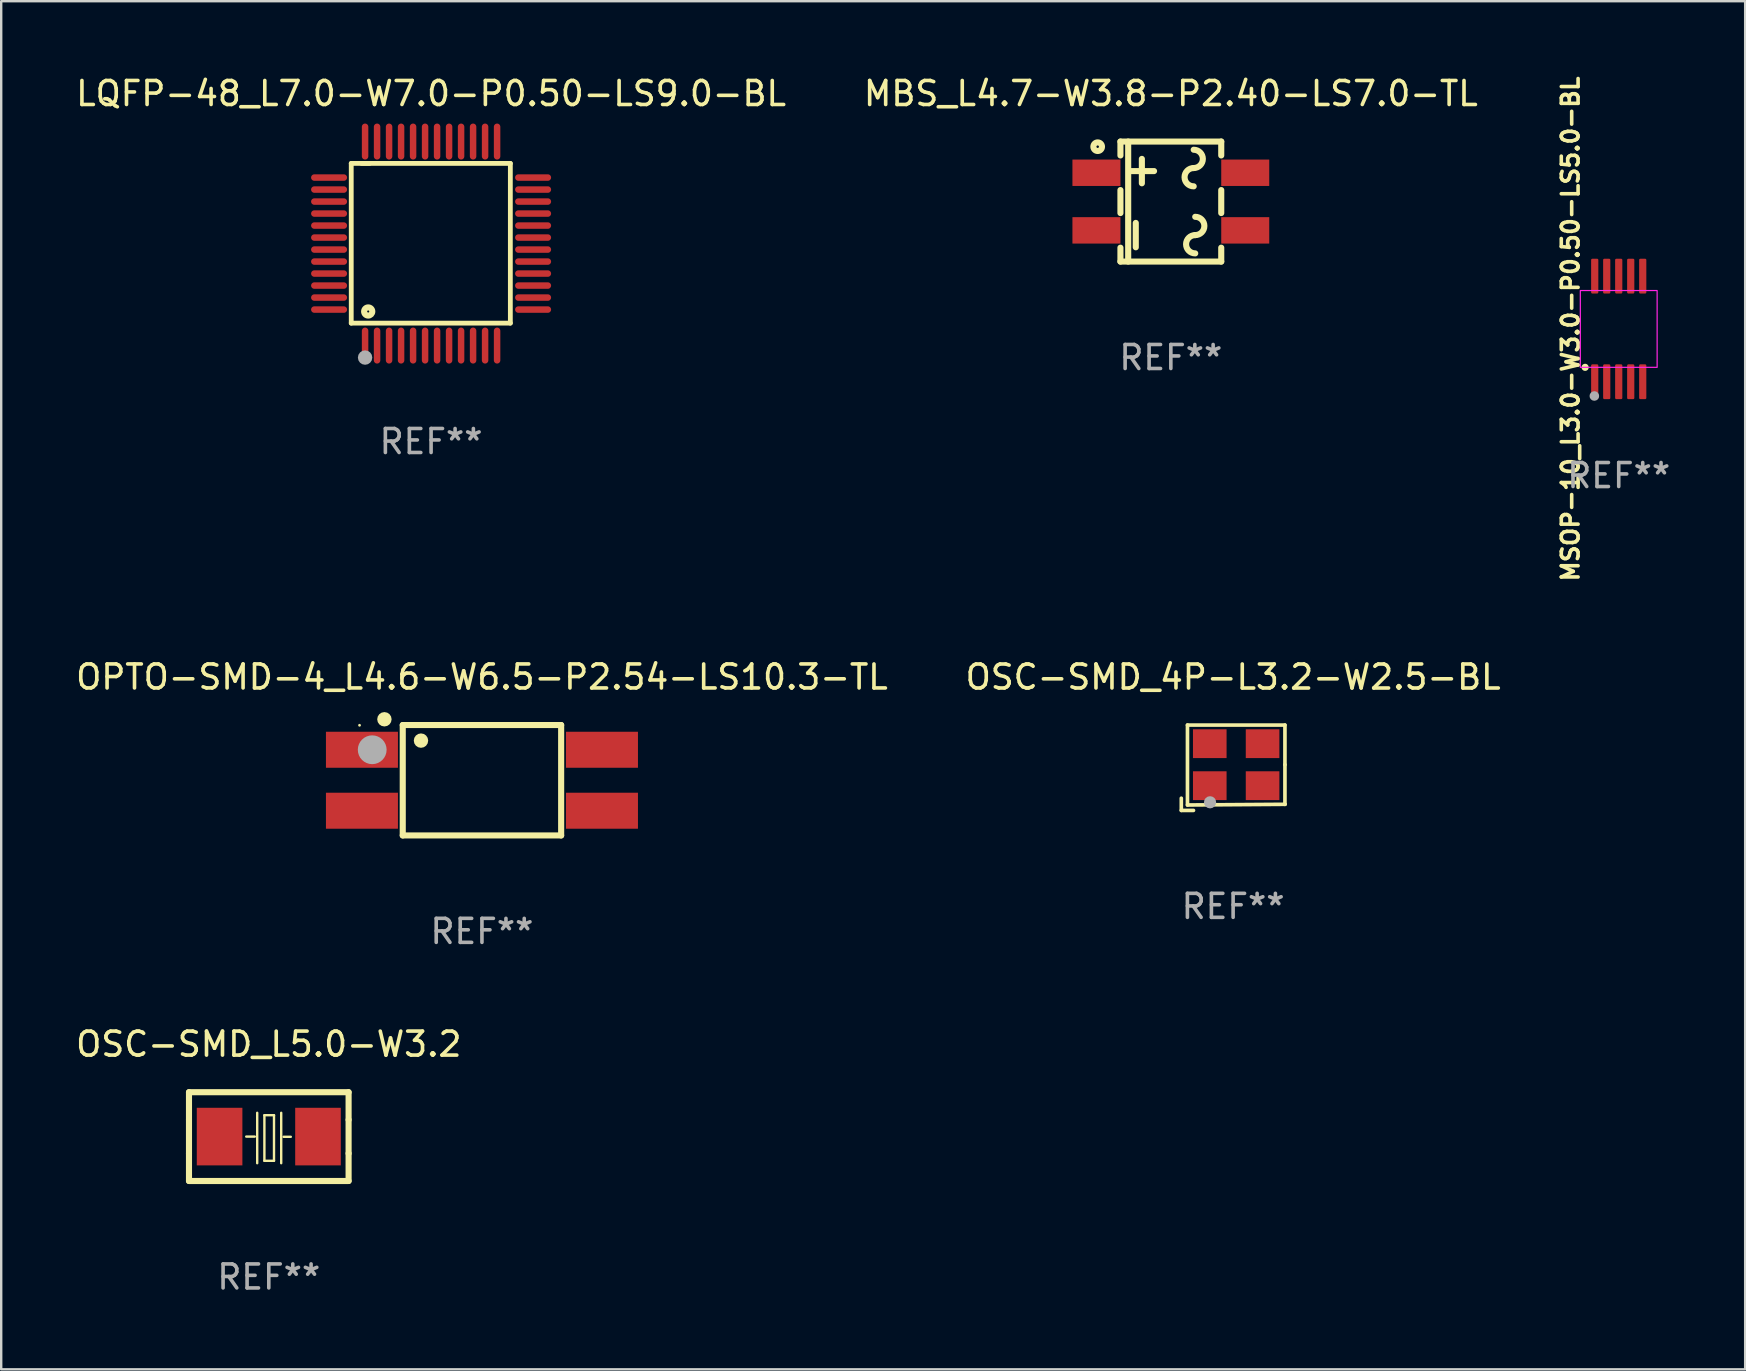
<source format=kicad_pcb>
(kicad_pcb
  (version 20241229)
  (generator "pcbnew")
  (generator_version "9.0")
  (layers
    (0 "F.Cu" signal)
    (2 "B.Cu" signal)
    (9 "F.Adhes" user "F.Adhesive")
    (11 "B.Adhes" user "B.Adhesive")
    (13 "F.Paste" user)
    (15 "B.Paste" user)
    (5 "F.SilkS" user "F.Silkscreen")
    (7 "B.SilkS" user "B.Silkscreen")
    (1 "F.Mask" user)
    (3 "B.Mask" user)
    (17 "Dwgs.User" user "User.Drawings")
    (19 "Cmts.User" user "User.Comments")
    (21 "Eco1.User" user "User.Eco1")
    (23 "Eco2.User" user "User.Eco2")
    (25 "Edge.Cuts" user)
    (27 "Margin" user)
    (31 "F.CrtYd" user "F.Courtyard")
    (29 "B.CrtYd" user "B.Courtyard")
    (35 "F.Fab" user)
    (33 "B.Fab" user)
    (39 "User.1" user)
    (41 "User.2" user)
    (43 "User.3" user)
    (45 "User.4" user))
  (footprint "MSOP-10_L3.0-W3.0-P0.50-LS5.0-BL"
    (layer "F.Cu")
    (at 64.393 10.655)
    (property "Reference" "MSOP-10_L3.0-W3.0-P0.50-LS5.0-BL" (at -1.6 0 90) (layer "F.SilkS") (effects (font (size 0.7 0.7) (thickness 0.15)) (justify bottom)))
    (attr smd)
    (fp_circle (center -1.4 1.6) (end -1.25 1.6) (stroke (width 0) (type solid)) (fill yes) (layer "F.SilkS"))
    (fp_rect (start -1.6 -1.6) (end 1.6 1.6) (stroke (width 0.05) (type default)) (fill no) (layer "F.CrtYd"))
    (fp_circle (center -1.016 2.794) (end -0.916 2.794) (stroke (width 0.2) (type solid)) (fill no) (layer "F.Fab"))
    (fp_text user "REF**" (at 0 6.11 0) (layer "F.Fab") (effects (font (size 1 1) (thickness 0.15))))
    (pad "1" smd roundrect (at -1 2.2) (size 0.3 1.45) (layers "F.Cu" "F.Mask" "F.Paste") (roundrect_rratio 0.167))
    (pad "2" smd roundrect (at -0.5 2.2) (size 0.3 1.45) (layers "F.Cu" "F.Mask" "F.Paste") (roundrect_rratio 0.167))
    (pad "3" smd roundrect (at 0 2.2) (size 0.3 1.45) (layers "F.Cu" "F.Mask" "F.Paste") (roundrect_rratio 0.167))
    (pad "4" smd roundrect (at 0.5 2.2) (size 0.3 1.45) (layers "F.Cu" "F.Mask" "F.Paste") (roundrect_rratio 0.167))
    (pad "5" smd roundrect (at 1 2.2) (size 0.3 1.45) (layers "F.Cu" "F.Mask" "F.Paste") (roundrect_rratio 0.167))
    (pad "6" smd roundrect (at 1 -2.2) (size 0.3 1.45) (layers "F.Cu" "F.Mask" "F.Paste") (roundrect_rratio 0.167))
    (pad "7" smd roundrect (at 0.5 -2.2) (size 0.3 1.45) (layers "F.Cu" "F.Mask" "F.Paste") (roundrect_rratio 0.167))
    (pad "8" smd roundrect (at 0 -2.2) (size 0.3 1.45) (layers "F.Cu" "F.Mask" "F.Paste") (roundrect_rratio 0.167))
    (pad "9" smd roundrect (at -0.5 -2.2) (size 0.3 1.45) (layers "F.Cu" "F.Mask" "F.Paste") (roundrect_rratio 0.167))
    (pad "10" smd roundrect (at -1 -2.2) (size 0.3 1.45) (layers "F.Cu" "F.Mask" "F.Paste") (roundrect_rratio 0.167)))
  (footprint "LQFP-48_L7.0-W7.0-P0.50-LS9.0-BL"
    (layer "F.Cu")
    (at 14.911 7.098)
    (property "Reference" "LQFP-48_L7.0-W7.0-P0.50-LS9.0-BL" (at 0 -6.25 0) (layer "F.SilkS") (effects (font (size 1 1) (thickness 0.15))))
    (attr through_hole)
    (fp_line (start -3.327 -3.34) (end -2.565 -3.34) (stroke (width 0.2) (type solid)) (layer "F.SilkS"))
    (fp_line (start -3.327 3.315) (end -3.327 -3.34) (stroke (width 0.2) (type solid)) (layer "F.SilkS"))
    (fp_line (start -2.896 -3.34) (end 3.302 -3.34) (stroke (width 0.2) (type solid)) (layer "F.SilkS"))
    (fp_line (start 3.302 -3.34) (end 3.302 3.315) (stroke (width 0.2) (type solid)) (layer "F.SilkS"))
    (fp_line (start 3.302 3.315) (end -3.327 3.315) (stroke (width 0.2) (type solid)) (layer "F.SilkS"))
    (fp_circle (center -2.62 2.83) (end -2.45 2.83) (stroke (width 0.254) (type solid)) (fill no) (layer "F.SilkS"))
    (fp_circle (center -2.75 4.75) (end -2.6 4.75) (stroke (width 0.3) (type solid)) (fill no) (layer "F.Fab"))
    (fp_text user "REF**" (at 0 8.25 0) (layer "F.Fab") (effects (font (size 1 1) (thickness 0.15))))
    (pad "1" smd oval (at -2.75 4.25) (size 0.27 1.5) (layers "F.Cu" "F.Mask" "F.Paste"))
    (pad "2" smd oval (at -2.25 4.25) (size 0.27 1.5) (layers "F.Cu" "F.Mask" "F.Paste"))
    (pad "3" smd oval (at -1.75 4.25) (size 0.27 1.5) (layers "F.Cu" "F.Mask" "F.Paste"))
    (pad "4" smd oval (at -1.25 4.25) (size 0.27 1.5) (layers "F.Cu" "F.Mask" "F.Paste"))
    (pad "5" smd oval (at -0.75 4.25) (size 0.27 1.5) (layers "F.Cu" "F.Mask" "F.Paste"))
    (pad "6" smd oval (at -0.25 4.25) (size 0.27 1.5) (layers "F.Cu" "F.Mask" "F.Paste"))
    (pad "7" smd oval (at 0.25 4.25) (size 0.27 1.5) (layers "F.Cu" "F.Mask" "F.Paste"))
    (pad "8" smd oval (at 0.75 4.25) (size 0.27 1.5) (layers "F.Cu" "F.Mask" "F.Paste"))
    (pad "9" smd oval (at 1.25 4.25) (size 0.27 1.5) (layers "F.Cu" "F.Mask" "F.Paste"))
    (pad "10" smd oval (at 1.75 4.25) (size 0.27 1.5) (layers "F.Cu" "F.Mask" "F.Paste"))
    (pad "11" smd oval (at 2.25 4.25) (size 0.27 1.5) (layers "F.Cu" "F.Mask" "F.Paste"))
    (pad "12" smd oval (at 2.75 4.25) (size 0.27 1.5) (layers "F.Cu" "F.Mask" "F.Paste"))
    (pad "13" smd oval (at 4.25 2.75) (size 1.5 0.27) (layers "F.Cu" "F.Mask" "F.Paste"))
    (pad "14" smd oval (at 4.25 2.25) (size 1.5 0.27) (layers "F.Cu" "F.Mask" "F.Paste"))
    (pad "15" smd oval (at 4.25 1.75) (size 1.5 0.27) (layers "F.Cu" "F.Mask" "F.Paste"))
    (pad "16" smd oval (at 4.25 1.25) (size 1.5 0.27) (layers "F.Cu" "F.Mask" "F.Paste"))
    (pad "17" smd oval (at 4.25 0.75) (size 1.5 0.27) (layers "F.Cu" "F.Mask" "F.Paste"))
    (pad "18" smd oval (at 4.25 0.25) (size 1.5 0.27) (layers "F.Cu" "F.Mask" "F.Paste"))
    (pad "19" smd oval (at 4.25 -0.25) (size 1.5 0.27) (layers "F.Cu" "F.Mask" "F.Paste"))
    (pad "20" smd oval (at 4.25 -0.75) (size 1.5 0.27) (layers "F.Cu" "F.Mask" "F.Paste"))
    (pad "21" smd oval (at 4.25 -1.25) (size 1.5 0.27) (layers "F.Cu" "F.Mask" "F.Paste"))
    (pad "22" smd oval (at 4.25 -1.75) (size 1.5 0.27) (layers "F.Cu" "F.Mask" "F.Paste"))
    (pad "23" smd oval (at 4.25 -2.25) (size 1.5 0.27) (layers "F.Cu" "F.Mask" "F.Paste"))
    (pad "24" smd oval (at 4.25 -2.75) (size 1.5 0.27) (layers "F.Cu" "F.Mask" "F.Paste"))
    (pad "25" smd oval (at 2.75 -4.25) (size 0.27 1.5) (layers "F.Cu" "F.Mask" "F.Paste"))
    (pad "26" smd oval (at 2.25 -4.25) (size 0.27 1.5) (layers "F.Cu" "F.Mask" "F.Paste"))
    (pad "27" smd oval (at 1.75 -4.25) (size 0.27 1.5) (layers "F.Cu" "F.Mask" "F.Paste"))
    (pad "28" smd oval (at 1.25 -4.25) (size 0.27 1.5) (layers "F.Cu" "F.Mask" "F.Paste"))
    (pad "29" smd oval (at 0.75 -4.25) (size 0.27 1.5) (layers "F.Cu" "F.Mask" "F.Paste"))
    (pad "30" smd oval (at 0.25 -4.25) (size 0.27 1.5) (layers "F.Cu" "F.Mask" "F.Paste"))
    (pad "31" smd oval (at -0.25 -4.25) (size 0.27 1.5) (layers "F.Cu" "F.Mask" "F.Paste"))
    (pad "32" smd oval (at -0.75 -4.25) (size 0.27 1.5) (layers "F.Cu" "F.Mask" "F.Paste"))
    (pad "33" smd oval (at -1.25 -4.25) (size 0.27 1.5) (layers "F.Cu" "F.Mask" "F.Paste"))
    (pad "34" smd oval (at -1.75 -4.25) (size 0.27 1.5) (layers "F.Cu" "F.Mask" "F.Paste"))
    (pad "35" smd oval (at -2.25 -4.25) (size 0.27 1.5) (layers "F.Cu" "F.Mask" "F.Paste"))
    (pad "36" smd oval (at -2.75 -4.25) (size 0.27 1.5) (layers "F.Cu" "F.Mask" "F.Paste"))
    (pad "37" smd oval (at -4.25 -2.75) (size 1.5 0.27) (layers "F.Cu" "F.Mask" "F.Paste"))
    (pad "38" smd oval (at -4.25 -2.25) (size 1.5 0.27) (layers "F.Cu" "F.Mask" "F.Paste"))
    (pad "39" smd oval (at -4.25 -1.75) (size 1.5 0.27) (layers "F.Cu" "F.Mask" "F.Paste"))
    (pad "40" smd oval (at -4.25 -1.25) (size 1.5 0.27) (layers "F.Cu" "F.Mask" "F.Paste"))
    (pad "41" smd oval (at -4.25 -0.75) (size 1.5 0.27) (layers "F.Cu" "F.Mask" "F.Paste"))
    (pad "42" smd oval (at -4.25 -0.25) (size 1.5 0.27) (layers "F.Cu" "F.Mask" "F.Paste"))
    (pad "43" smd oval (at -4.25 0.25) (size 1.5 0.27) (layers "F.Cu" "F.Mask" "F.Paste"))
    (pad "44" smd oval (at -4.25 0.75) (size 1.5 0.27) (layers "F.Cu" "F.Mask" "F.Paste"))
    (pad "45" smd oval (at -4.25 1.25) (size 1.5 0.27) (layers "F.Cu" "F.Mask" "F.Paste"))
    (pad "46" smd oval (at -4.25 1.75) (size 1.5 0.27) (layers "F.Cu" "F.Mask" "F.Paste"))
    (pad "47" smd oval (at -4.25 2.25) (size 1.5 0.27) (layers "F.Cu" "F.Mask" "F.Paste"))
    (pad "48" smd oval (at -4.25 2.75) (size 1.5 0.27) (layers "F.Cu" "F.Mask" "F.Paste")))
  (footprint "MBS_L4.7-W3.8-P2.40-LS7.0-TL"
    (layer "F.Cu")
    (at 45.732 5.348)
    (property "Reference" "MBS_L4.7-W3.8-P2.40-LS7.0-TL" (at 0 -4.5 0) (layer "F.SilkS") (effects (font (size 1 1) (thickness 0.15))))
    (attr through_hole)
    (fp_line (start -2.1 -2.5) (end -2.1 -1.921) (stroke (width 0.254) (type solid)) (layer "F.SilkS"))
    (fp_line (start -2.1 -0.479) (end -2.1 0.479) (stroke (width 0.254) (type solid)) (layer "F.SilkS"))
    (fp_line (start -2.1 1.921) (end -2.1 2.5) (stroke (width 0.254) (type solid)) (layer "F.SilkS"))
    (fp_line (start -1.777 -2.5) (end -1.777 2.5) (stroke (width 0.254) (type solid)) (layer "F.SilkS"))
    (fp_line (start -1.715 -1.27) (end -0.699 -1.27) (stroke (width 0.254) (type solid)) (layer "F.SilkS"))
    (fp_line (start -1.461 1.905) (end -1.461 0.889) (stroke (width 0.254) (type solid)) (layer "F.SilkS"))
    (fp_line (start -1.207 -0.762) (end -1.207 -1.778) (stroke (width 0.254) (type solid)) (layer "F.SilkS"))
    (fp_line (start 2.1 -2.5) (end -2.1 -2.5) (stroke (width 0.254) (type solid)) (layer "F.SilkS"))
    (fp_line (start 2.1 -2.5) (end 2.1 -1.921) (stroke (width 0.254) (type solid)) (layer "F.SilkS"))
    (fp_line (start 2.1 -0.479) (end 2.1 0.479) (stroke (width 0.254) (type solid)) (layer "F.SilkS"))
    (fp_line (start 2.1 1.921) (end 2.1 2.5) (stroke (width 0.254) (type solid)) (layer "F.SilkS"))
    (fp_line (start 2.1 2.5) (end -2.1 2.5) (stroke (width 0.254) (type solid)) (layer "F.SilkS"))
    (fp_arc (start 0.952375 -2.158954) (mid 1.333376 -1.777953) (end 0.952375 -1.396952) (stroke (width 0.254001) (type solid)) (layer "F.SilkS"))
    (fp_arc (start 0.952375 -0.63495) (mid 0.571374 -1.015951) (end 0.952375 -1.396952) (stroke (width 0.254001) (type solid)) (layer "F.SilkS"))
    (fp_arc (start 1.015875 0.635052) (mid 1.396876 1.016053) (end 1.015875 1.397054) (stroke (width 0.254001) (type solid)) (layer "F.SilkS"))
    (fp_arc (start 1.015875 2.159055) (mid 0.634874 1.778054) (end 1.015875 1.397053) (stroke (width 0.254001) (type solid)) (layer "F.SilkS"))
    (fp_circle (center -3.048 -2.286) (end -2.869 -2.286) (stroke (width 0.254) (type solid)) (fill no) (layer "F.SilkS"))
    (fp_text user "REF**" (at 0 6.5 0) (layer "F.Fab") (effects (font (size 1 1) (thickness 0.15))))
    (pad "1" smd rect (at -3.1 -1.2) (size 2 1.1) (layers "F.Cu" "F.Mask" "F.Paste"))
    (pad "2" smd rect (at -3.1 1.2) (size 2 1.1) (layers "F.Cu" "F.Mask" "F.Paste"))
    (pad "3" smd rect (at 3.1 1.2) (size 2 1.1) (layers "F.Cu" "F.Mask" "F.Paste"))
    (pad "4" smd rect (at 3.1 -1.2) (size 2 1.1) (layers "F.Cu" "F.Mask" "F.Paste")))
  (footprint "OPTO-SMD-4_L4.6-W6.5-P2.54-LS10.3-TL"
    (layer "F.Cu")
    (at 17.03 29.458)
    (property "Reference" "OPTO-SMD-4_L4.6-W6.5-P2.54-LS10.3-TL" (at 0 -4.3 0) (layer "F.SilkS") (effects (font (size 1 1) (thickness 0.15))))
    (attr through_hole)
    (fp_line (start -3.3 -2.3) (end 3.3 -2.3) (stroke (width 0.254) (type solid)) (layer "F.SilkS"))
    (fp_line (start -3.3 2.3) (end -3.3 -2.3) (stroke (width 0.254) (type solid)) (layer "F.SilkS"))
    (fp_line (start 3.3 -2.3) (end 3.3 2.3) (stroke (width 0.254) (type solid)) (layer "F.SilkS"))
    (fp_line (start 3.3 2.3) (end -3.3 2.3) (stroke (width 0.254) (type solid)) (layer "F.SilkS"))
    (fp_circle (center -5.1 -2.29) (end -5.07 -2.29) (stroke (width 0.06) (type solid)) (fill no) (layer "F.SilkS"))
    (fp_circle (center -4.064 -2.54) (end -3.914 -2.54) (stroke (width 0.3) (type solid)) (fill no) (layer "F.SilkS"))
    (fp_circle (center -2.54 -1.651) (end -2.39 -1.651) (stroke (width 0.3) (type solid)) (fill no) (layer "F.SilkS"))
    (fp_circle (center -4.572 -1.27) (end -4.272 -1.27) (stroke (width 0.6) (type solid)) (fill no) (layer "F.Fab"))
    (fp_text user "REF**" (at 0 6.3 0) (layer "F.Fab") (effects (font (size 1 1) (thickness 0.15))))
    (pad "1" smd rect (at -5 -1.27 90) (size 1.5 3) (layers "F.Cu" "F.Mask" "F.Paste"))
    (pad "2" smd rect (at -5 1.27 90) (size 1.5 3) (layers "F.Cu" "F.Mask" "F.Paste"))
    (pad "3" smd rect (at 5 1.27 90) (size 1.5 3) (layers "F.Cu" "F.Mask" "F.Paste"))
    (pad "4" smd rect (at 5 -1.27 90) (size 1.5 3) (layers "F.Cu" "F.Mask" "F.Paste")))
  (footprint "OSC-SMD_4P-L3.2-W2.5-BL"
    (layer "F.Cu")
    (at 48.454 28.81)
    (property "Reference" "OSC-SMD_4P-L3.2-W2.5-BL" (at -0.127 -3.651 0) (layer "F.SilkS") (effects (font (size 1 1) (thickness 0.15))))
    (attr through_hole)
    (fp_line (start -2.286 1.397) (end -2.286 1.905) (stroke (width 0.152) (type solid)) (layer "F.SilkS"))
    (fp_line (start -2.286 1.905) (end -1.778 1.905) (stroke (width 0.152) (type solid)) (layer "F.SilkS"))
    (fp_line (start -2.029 -1.651) (end 2.032 -1.651) (stroke (width 0.152) (type solid)) (layer "F.SilkS"))
    (fp_line (start -2.029 1.679) (end -2.029 -1.651) (stroke (width 0.152) (type solid)) (layer "F.SilkS"))
    (fp_line (start 2.032 -1.651) (end 2.032 -0.000127) (stroke (width 0.152) (type solid)) (layer "F.SilkS"))
    (fp_line (start 2.032 -0.000127) (end 2.032 1.651) (stroke (width 0.152) (type solid)) (layer "F.SilkS"))
    (fp_line (start 2.032 1.651) (end -2.029 1.679) (stroke (width 0.152) (type solid)) (layer "F.SilkS"))
    (fp_line (start 2.032 1.651) (end 2.032 1.651) (stroke (width 0.152) (type solid)) (layer "F.SilkS"))
    (fp_circle (center -1.088 1.567) (end -0.961 1.567) (stroke (width 0.254) (type solid)) (fill no) (layer "F.Fab"))
    (fp_text user "REF**" (at -0.127 5.905 0) (layer "F.Fab") (effects (font (size 1 1) (thickness 0.15))))
    (pad "1" smd rect (at -1.1 0.875) (size 1.4 1.2) (layers "F.Cu" "F.Mask" "F.Paste"))
    (pad "2" smd rect (at 1.1 0.875) (size 1.4 1.2) (layers "F.Cu" "F.Mask" "F.Paste"))
    (pad "3" smd rect (at 1.1 -0.875) (size 1.4 1.2) (layers "F.Cu" "F.Mask" "F.Paste"))
    (pad "4" smd rect (at -1.1 -0.875) (size 1.4 1.2) (layers "F.Cu" "F.Mask" "F.Paste")))
  (footprint "OSC-SMD_L5.0-W3.2"
    (layer "F.Cu")
    (at 8.149 44.305)
    (property "Reference" "OSC-SMD_L5.0-W3.2" (at 0.000013 -3.85 0) (layer "F.SilkS") (effects (font (size 1 1) (thickness 0.15))))
    (attr through_hole)
    (fp_line (start -3.325 0.7) (end -3.325 -0.7) (stroke (width 0.254) (type solid)) (layer "F.SilkS"))
    (fp_line (start -3.325 -1.85) (end 3.325 -1.85) (stroke (width 0.254) (type solid)) (layer "F.SilkS"))
    (fp_line (start -3.325 -0.7) (end -3.325 -1.85) (stroke (width 0.254) (type solid)) (layer "F.SilkS"))
    (fp_line (start -3.325 1.85) (end -3.325 0.7) (stroke (width 0.254) (type solid)) (layer "F.SilkS"))
    (fp_line (start -0.94 0) (end -0.584 0) (stroke (width 0.1) (type solid)) (layer "F.SilkS"))
    (fp_line (start -0.483 -0.991) (end -0.483 1.109) (stroke (width 0.1) (type solid)) (layer "F.SilkS"))
    (fp_line (start -0.183 -0.89) (end -0.183 1.009) (stroke (width 0.1) (type solid)) (layer "F.SilkS"))
    (fp_line (start -0.183 1.009) (end 0.217 1.009) (stroke (width 0.1) (type solid)) (layer "F.SilkS"))
    (fp_line (start 0.217 -0.89) (end -0.183 -0.89) (stroke (width 0.1) (type solid)) (layer "F.SilkS"))
    (fp_line (start 0.217 1.009) (end 0.217 -0.89) (stroke (width 0.1) (type solid)) (layer "F.SilkS"))
    (fp_line (start 0.517 -0.991) (end 0.517 1.109) (stroke (width 0.1) (type solid)) (layer "F.SilkS"))
    (fp_line (start 0.617 0.009) (end 0.917 0.009) (stroke (width 0.1) (type solid)) (layer "F.SilkS"))
    (fp_line (start 3.325 -1.85) (end 3.325 -0.7) (stroke (width 0.254) (type solid)) (layer "F.SilkS"))
    (fp_line (start 3.325 0.7) (end 3.325 1.85) (stroke (width 0.254) (type solid)) (layer "F.SilkS"))
    (fp_line (start 3.325 1.85) (end -3.325 1.85) (stroke (width 0.254) (type solid)) (layer "F.SilkS"))
    (fp_line (start 3.325 -0.7) (end 3.325 0.7) (stroke (width 0.254) (type solid)) (layer "F.SilkS"))
    (fp_text user "REF**" (at 0.000013 5.85 0) (layer "F.Fab") (effects (font (size 1 1) (thickness 0.15))))
    (pad "1" smd rect (at -2.05 0) (size 1.9 2.4) (layers "F.Cu" "F.Mask" "F.Paste"))
    (pad "2" smd rect (at 2.05 0) (size 1.9 2.4) (layers "F.Cu" "F.Mask" "F.Paste")))
  (gr_rect
    (start -3 -3)
    (end 69.661 54.003)
    (stroke (width 0.1) (type default))
    (fill no)
    (layer "Edge.Cuts")))
</source>
